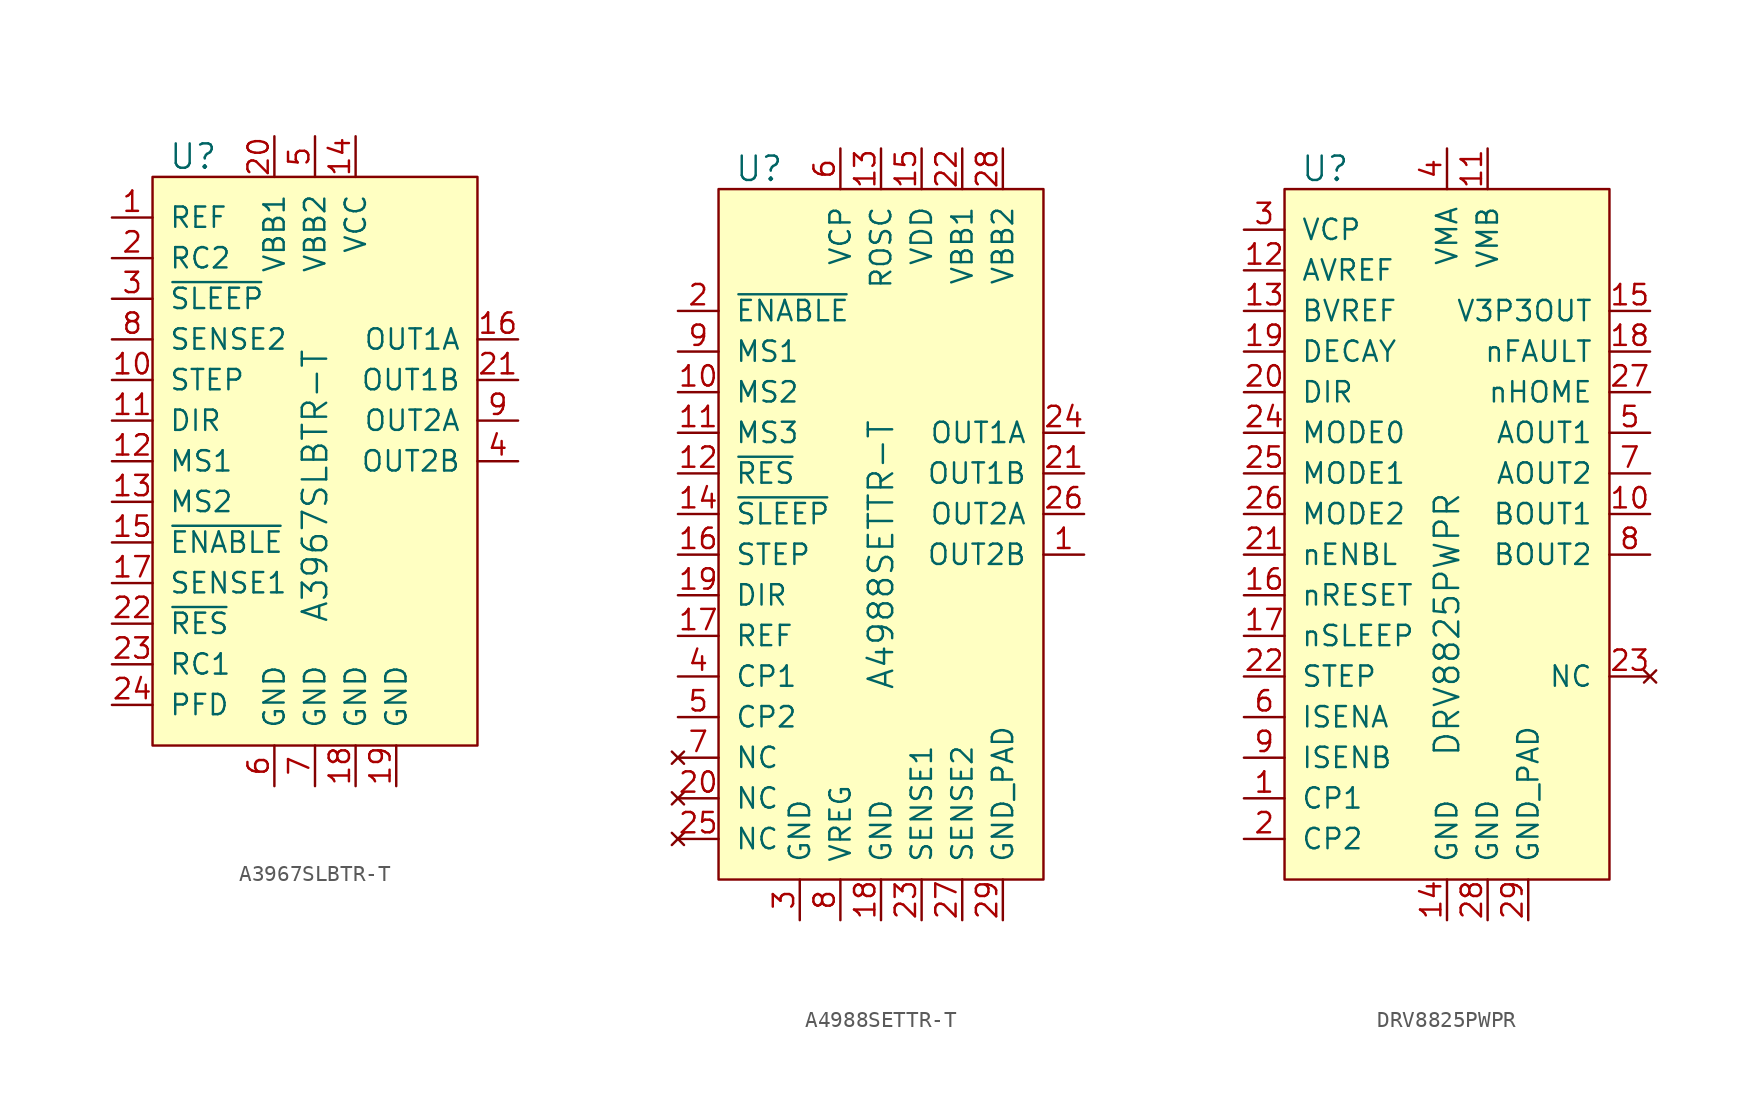
<source format=kicad_sym>
(kicad_symbol_lib
  (version 20220914)
  (generator kicad_symbol_editor)
  (symbol "A3967SLBTR-T"
    (pin_names
      (offset 1.016))
    (property "Reference" "U"
      (at -7.62 19.05 0)
      (effects (font (size 1.524 1.524))))
    (property "Value" "A3967SLBTR-T"
      (at 0 -10.16 90)
      (effects (font (size 1.524 1.524)) (justify left)))
    (symbol "A3967SLBTR-T_0_1"
      (rectangle (start -10.16 17.78) (end 10.16 -17.78) (stroke (width 0) (type solid)) (fill (type background))))
    (symbol "A3967SLBTR-T_1_1"
      (pin input line (at -12.7 15.24 0) (length 2.54) (name "REF" (effects (font (size 1.27 1.27)))) (number "1" (effects (font (size 1.27 1.27)))))
      (pin input line (at -12.7 5.08 0) (length 2.54) (name "STEP" (effects (font (size 1.27 1.27)))) (number "10" (effects (font (size 1.27 1.27)))))
      (pin input line (at -12.7 2.54 0) (length 2.54) (name "DIR" (effects (font (size 1.27 1.27)))) (number "11" (effects (font (size 1.27 1.27)))))
      (pin input line (at -12.7 0 0) (length 2.54) (name "MS1" (effects (font (size 1.27 1.27)))) (number "12" (effects (font (size 1.27 1.27)))))
      (pin input line (at -12.7 -2.54 0) (length 2.54) (name "MS2" (effects (font (size 1.27 1.27)))) (number "13" (effects (font (size 1.27 1.27)))))
      (pin power_in line (at 2.54 20.32 270) (length 2.54) (name "VCC" (effects (font (size 1.27 1.27)))) (number "14" (effects (font (size 1.27 1.27)))))
      (pin input line (at -12.7 -5.08 0) (length 2.54) (name "~{ENABLE}" (effects (font (size 1.27 1.27)))) (number "15" (effects (font (size 1.27 1.27)))))
      (pin output line (at 12.7 7.62 180) (length 2.54) (name "OUT1A" (effects (font (size 1.27 1.27)))) (number "16" (effects (font (size 1.27 1.27)))))
      (pin input line (at -12.7 -7.62 0) (length 2.54) (name "SENSE1" (effects (font (size 1.27 1.27)))) (number "17" (effects (font (size 1.27 1.27)))))
      (pin power_in line (at 2.54 -20.32 90) (length 2.54) (name "GND" (effects (font (size 1.27 1.27)))) (number "18" (effects (font (size 1.27 1.27)))))
      (pin power_in line (at 5.08 -20.32 90) (length 2.54) (name "GND" (effects (font (size 1.27 1.27)))) (number "19" (effects (font (size 1.27 1.27)))))
      (pin input line (at -12.7 12.7 0) (length 2.54) (name "RC2" (effects (font (size 1.27 1.27)))) (number "2" (effects (font (size 1.27 1.27)))))
      (pin power_in line (at -2.54 20.32 270) (length 2.54) (name "VBB1" (effects (font (size 1.27 1.27)))) (number "20" (effects (font (size 1.27 1.27)))))
      (pin output line (at 12.7 5.08 180) (length 2.54) (name "OUT1B" (effects (font (size 1.27 1.27)))) (number "21" (effects (font (size 1.27 1.27)))))
      (pin input line (at -12.7 -10.16 0) (length 2.54) (name "~{RES}" (effects (font (size 1.27 1.27)))) (number "22" (effects (font (size 1.27 1.27)))))
      (pin input line (at -12.7 -12.7 0) (length 2.54) (name "RC1" (effects (font (size 1.27 1.27)))) (number "23" (effects (font (size 1.27 1.27)))))
      (pin input line (at -12.7 -15.24 0) (length 2.54) (name "PFD" (effects (font (size 1.27 1.27)))) (number "24" (effects (font (size 1.27 1.27)))))
      (pin input line (at -12.7 10.16 0) (length 2.54) (name "~{SLEEP}" (effects (font (size 1.27 1.27)))) (number "3" (effects (font (size 1.27 1.27)))))
      (pin output line (at 12.7 0 180) (length 2.54) (name "OUT2B" (effects (font (size 1.27 1.27)))) (number "4" (effects (font (size 1.27 1.27)))))
      (pin power_in line (at 0 20.32 270) (length 2.54) (name "VBB2" (effects (font (size 1.27 1.27)))) (number "5" (effects (font (size 1.27 1.27)))))
      (pin power_in line (at -2.54 -20.32 90) (length 2.54) (name "GND" (effects (font (size 1.27 1.27)))) (number "6" (effects (font (size 1.27 1.27)))))
      (pin power_in line (at 0 -20.32 90) (length 2.54) (name "GND" (effects (font (size 1.27 1.27)))) (number "7" (effects (font (size 1.27 1.27)))))
      (pin input line (at -12.7 7.62 0) (length 2.54) (name "SENSE2" (effects (font (size 1.27 1.27)))) (number "8" (effects (font (size 1.27 1.27)))))
      (pin output line (at 12.7 2.54 180) (length 2.54) (name "OUT2A" (effects (font (size 1.27 1.27)))) (number "9" (effects (font (size 1.27 1.27)))))))
  (symbol "A4988SETTR-T"
    (pin_names
      (offset 1.016))
    (property "Reference" "U"
      (at -7.62 21.59 0)
      (effects (font (size 1.524 1.524))))
    (property "Value" "A4988SETTR-T"
      (at 0 -2.54 90)
      (effects (font (size 1.524 1.524))))
    (symbol "A4988SETTR-T_0_1"
      (rectangle (start -10.16 20.32) (end 10.16 -22.86) (stroke (width 0) (type solid)) (fill (type background))))
    (symbol "A4988SETTR-T_1_1"
      (pin output line (at 12.7 -2.54 180) (length 2.54) (name "OUT2B" (effects (font (size 1.27 1.27)))) (number "1" (effects (font (size 1.27 1.27)))))
      (pin input line (at -12.7 7.62 0) (length 2.54) (name "MS2" (effects (font (size 1.27 1.27)))) (number "10" (effects (font (size 1.27 1.27)))))
      (pin input line (at -12.7 5.08 0) (length 2.54) (name "MS3" (effects (font (size 1.27 1.27)))) (number "11" (effects (font (size 1.27 1.27)))))
      (pin input line (at -12.7 2.54 0) (length 2.54) (name "~{RES}" (effects (font (size 1.27 1.27)))) (number "12" (effects (font (size 1.27 1.27)))))
      (pin power_in line (at 0 22.86 270) (length 2.54) (name "ROSC" (effects (font (size 1.27 1.27)))) (number "13" (effects (font (size 1.27 1.27)))))
      (pin input line (at -12.7 0 0) (length 2.54) (name "~{SLEEP}" (effects (font (size 1.27 1.27)))) (number "14" (effects (font (size 1.27 1.27)))))
      (pin power_in line (at 2.54 22.86 270) (length 2.54) (name "VDD" (effects (font (size 1.27 1.27)))) (number "15" (effects (font (size 1.27 1.27)))))
      (pin input line (at -12.7 -2.54 0) (length 2.54) (name "STEP" (effects (font (size 1.27 1.27)))) (number "16" (effects (font (size 1.27 1.27)))))
      (pin input line (at -12.7 -7.62 0) (length 2.54) (name "REF" (effects (font (size 1.27 1.27)))) (number "17" (effects (font (size 1.27 1.27)))))
      (pin power_in line (at 0 -25.4 90) (length 2.54) (name "GND" (effects (font (size 1.27 1.27)))) (number "18" (effects (font (size 1.27 1.27)))))
      (pin input line (at -12.7 -5.08 0) (length 2.54) (name "DIR" (effects (font (size 1.27 1.27)))) (number "19" (effects (font (size 1.27 1.27)))))
      (pin input line (at -12.7 12.7 0) (length 2.54) (name "~{ENABLE}" (effects (font (size 1.27 1.27)))) (number "2" (effects (font (size 1.27 1.27)))))
      (pin no_connect line (at -12.7 -17.78 0) (length 2.54) (name "NC" (effects (font (size 1.27 1.27)))) (number "20" (effects (font (size 1.27 1.27)))))
      (pin output line (at 12.7 2.54 180) (length 2.54) (name "OUT1B" (effects (font (size 1.27 1.27)))) (number "21" (effects (font (size 1.27 1.27)))))
      (pin power_in line (at 5.08 22.86 270) (length 2.54) (name "VBB1" (effects (font (size 1.27 1.27)))) (number "22" (effects (font (size 1.27 1.27)))))
      (pin power_in line (at 2.54 -25.4 90) (length 2.54) (name "SENSE1" (effects (font (size 1.27 1.27)))) (number "23" (effects (font (size 1.27 1.27)))))
      (pin output line (at 12.7 5.08 180) (length 2.54) (name "OUT1A" (effects (font (size 1.27 1.27)))) (number "24" (effects (font (size 1.27 1.27)))))
      (pin no_connect line (at -12.7 -20.32 0) (length 2.54) (name "NC" (effects (font (size 1.27 1.27)))) (number "25" (effects (font (size 1.27 1.27)))))
      (pin output line (at 12.7 0 180) (length 2.54) (name "OUT2A" (effects (font (size 1.27 1.27)))) (number "26" (effects (font (size 1.27 1.27)))))
      (pin power_in line (at 5.08 -25.4 90) (length 2.54) (name "SENSE2" (effects (font (size 1.27 1.27)))) (number "27" (effects (font (size 1.27 1.27)))))
      (pin power_in line (at 7.62 22.86 270) (length 2.54) (name "VBB2" (effects (font (size 1.27 1.27)))) (number "28" (effects (font (size 1.27 1.27)))))
      (pin power_in line (at 7.62 -25.4 90) (length 2.54) (name "GND_PAD" (effects (font (size 1.27 1.27)))) (number "29" (effects (font (size 1.27 1.27)))))
      (pin power_in line (at -5.08 -25.4 90) (length 2.54) (name "GND" (effects (font (size 1.27 1.27)))) (number "3" (effects (font (size 1.27 1.27)))))
      (pin passive line (at -12.7 -10.16 0) (length 2.54) (name "CP1" (effects (font (size 1.27 1.27)))) (number "4" (effects (font (size 1.27 1.27)))))
      (pin passive line (at -12.7 -12.7 0) (length 2.54) (name "CP2" (effects (font (size 1.27 1.27)))) (number "5" (effects (font (size 1.27 1.27)))))
      (pin power_in line (at -2.54 22.86 270) (length 2.54) (name "VCP" (effects (font (size 1.27 1.27)))) (number "6" (effects (font (size 1.27 1.27)))))
      (pin no_connect line (at -12.7 -15.24 0) (length 2.54) (name "NC" (effects (font (size 1.27 1.27)))) (number "7" (effects (font (size 1.27 1.27)))))
      (pin power_in line (at -2.54 -25.4 90) (length 2.54) (name "VREG" (effects (font (size 1.27 1.27)))) (number "8" (effects (font (size 1.27 1.27)))))
      (pin input line (at -12.7 10.16 0) (length 2.54) (name "MS1" (effects (font (size 1.27 1.27)))) (number "9" (effects (font (size 1.27 1.27)))))))
  (symbol "DRV8825PWPR"
    (pin_names
      (offset 1.016))
    (property "Reference" "U"
      (at -5.08 16.51 0)
      (effects (font (size 1.524 1.524))))
    (property "Value" "DRV8825PWPR"
      (at 2.54 -20.32 90)
      (effects (font (size 1.524 1.524)) (justify left)))
    (symbol "DRV8825PWPR_0_1"
      (rectangle (start -7.62 15.24) (end 12.7 -27.94) (stroke (width 0) (type solid)) (fill (type background))))
    (symbol "DRV8825PWPR_1_1"
      (pin passive line (at -10.16 -22.86 0) (length 2.54) (name "CP1" (effects (font (size 1.27 1.27)))) (number "1" (effects (font (size 1.27 1.27)))))
      (pin output line (at 15.24 -5.08 180) (length 2.54) (name "BOUT1" (effects (font (size 1.27 1.27)))) (number "10" (effects (font (size 1.27 1.27)))))
      (pin power_in line (at 5.08 17.78 270) (length 2.54) (name "VMB" (effects (font (size 1.27 1.27)))) (number "11" (effects (font (size 1.27 1.27)))))
      (pin input line (at -10.16 10.16 0) (length 2.54) (name "AVREF" (effects (font (size 1.27 1.27)))) (number "12" (effects (font (size 1.27 1.27)))))
      (pin input line (at -10.16 7.62 0) (length 2.54) (name "BVREF" (effects (font (size 1.27 1.27)))) (number "13" (effects (font (size 1.27 1.27)))))
      (pin power_in line (at 2.54 -30.48 90) (length 2.54) (name "GND" (effects (font (size 1.27 1.27)))) (number "14" (effects (font (size 1.27 1.27)))))
      (pin output line (at 15.24 7.62 180) (length 2.54) (name "V3P3OUT" (effects (font (size 1.27 1.27)))) (number "15" (effects (font (size 1.27 1.27)))))
      (pin input line (at -10.16 -10.16 0) (length 2.54) (name "nRESET" (effects (font (size 1.27 1.27)))) (number "16" (effects (font (size 1.27 1.27)))))
      (pin input line (at -10.16 -12.7 0) (length 2.54) (name "nSLEEP" (effects (font (size 1.27 1.27)))) (number "17" (effects (font (size 1.27 1.27)))))
      (pin output line (at 15.24 5.08 180) (length 2.54) (name "nFAULT" (effects (font (size 1.27 1.27)))) (number "18" (effects (font (size 1.27 1.27)))))
      (pin input line (at -10.16 5.08 0) (length 2.54) (name "DECAY" (effects (font (size 1.27 1.27)))) (number "19" (effects (font (size 1.27 1.27)))))
      (pin passive line (at -10.16 -25.4 0) (length 2.54) (name "CP2" (effects (font (size 1.27 1.27)))) (number "2" (effects (font (size 1.27 1.27)))))
      (pin input line (at -10.16 2.54 0) (length 2.54) (name "DIR" (effects (font (size 1.27 1.27)))) (number "20" (effects (font (size 1.27 1.27)))))
      (pin input line (at -10.16 -7.62 0) (length 2.54) (name "nENBL" (effects (font (size 1.27 1.27)))) (number "21" (effects (font (size 1.27 1.27)))))
      (pin input line (at -10.16 -15.24 0) (length 2.54) (name "STEP" (effects (font (size 1.27 1.27)))) (number "22" (effects (font (size 1.27 1.27)))))
      (pin no_connect line (at 15.24 -15.24 180) (length 2.54) (name "NC" (effects (font (size 1.27 1.27)))) (number "23" (effects (font (size 1.27 1.27)))))
      (pin input line (at -10.16 0 0) (length 2.54) (name "MODE0" (effects (font (size 1.27 1.27)))) (number "24" (effects (font (size 1.27 1.27)))))
      (pin input line (at -10.16 -2.54 0) (length 2.54) (name "MODE1" (effects (font (size 1.27 1.27)))) (number "25" (effects (font (size 1.27 1.27)))))
      (pin input line (at -10.16 -5.08 0) (length 2.54) (name "MODE2" (effects (font (size 1.27 1.27)))) (number "26" (effects (font (size 1.27 1.27)))))
      (pin output line (at 15.24 2.54 180) (length 2.54) (name "nHOME" (effects (font (size 1.27 1.27)))) (number "27" (effects (font (size 1.27 1.27)))))
      (pin power_in line (at 5.08 -30.48 90) (length 2.54) (name "GND" (effects (font (size 1.27 1.27)))) (number "28" (effects (font (size 1.27 1.27)))))
      (pin power_in line (at 7.62 -30.48 90) (length 2.54) (name "GND_PAD" (effects (font (size 1.27 1.27)))) (number "29" (effects (font (size 1.27 1.27)))))
      (pin bidirectional line (at -10.16 12.7 0) (length 2.54) (name "VCP" (effects (font (size 1.27 1.27)))) (number "3" (effects (font (size 1.27 1.27)))))
      (pin power_in line (at 2.54 17.78 270) (length 2.54) (name "VMA" (effects (font (size 1.27 1.27)))) (number "4" (effects (font (size 1.27 1.27)))))
      (pin output line (at 15.24 0 180) (length 2.54) (name "AOUT1" (effects (font (size 1.27 1.27)))) (number "5" (effects (font (size 1.27 1.27)))))
      (pin bidirectional line (at -10.16 -17.78 0) (length 2.54) (name "ISENA" (effects (font (size 1.27 1.27)))) (number "6" (effects (font (size 1.27 1.27)))))
      (pin output line (at 15.24 -2.54 180) (length 2.54) (name "AOUT2" (effects (font (size 1.27 1.27)))) (number "7" (effects (font (size 1.27 1.27)))))
      (pin output line (at 15.24 -7.62 180) (length 2.54) (name "BOUT2" (effects (font (size 1.27 1.27)))) (number "8" (effects (font (size 1.27 1.27)))))
      (pin bidirectional line (at -10.16 -20.32 0) (length 2.54) (name "ISENB" (effects (font (size 1.27 1.27)))) (number "9" (effects (font (size 1.27 1.27))))))))
</source>
